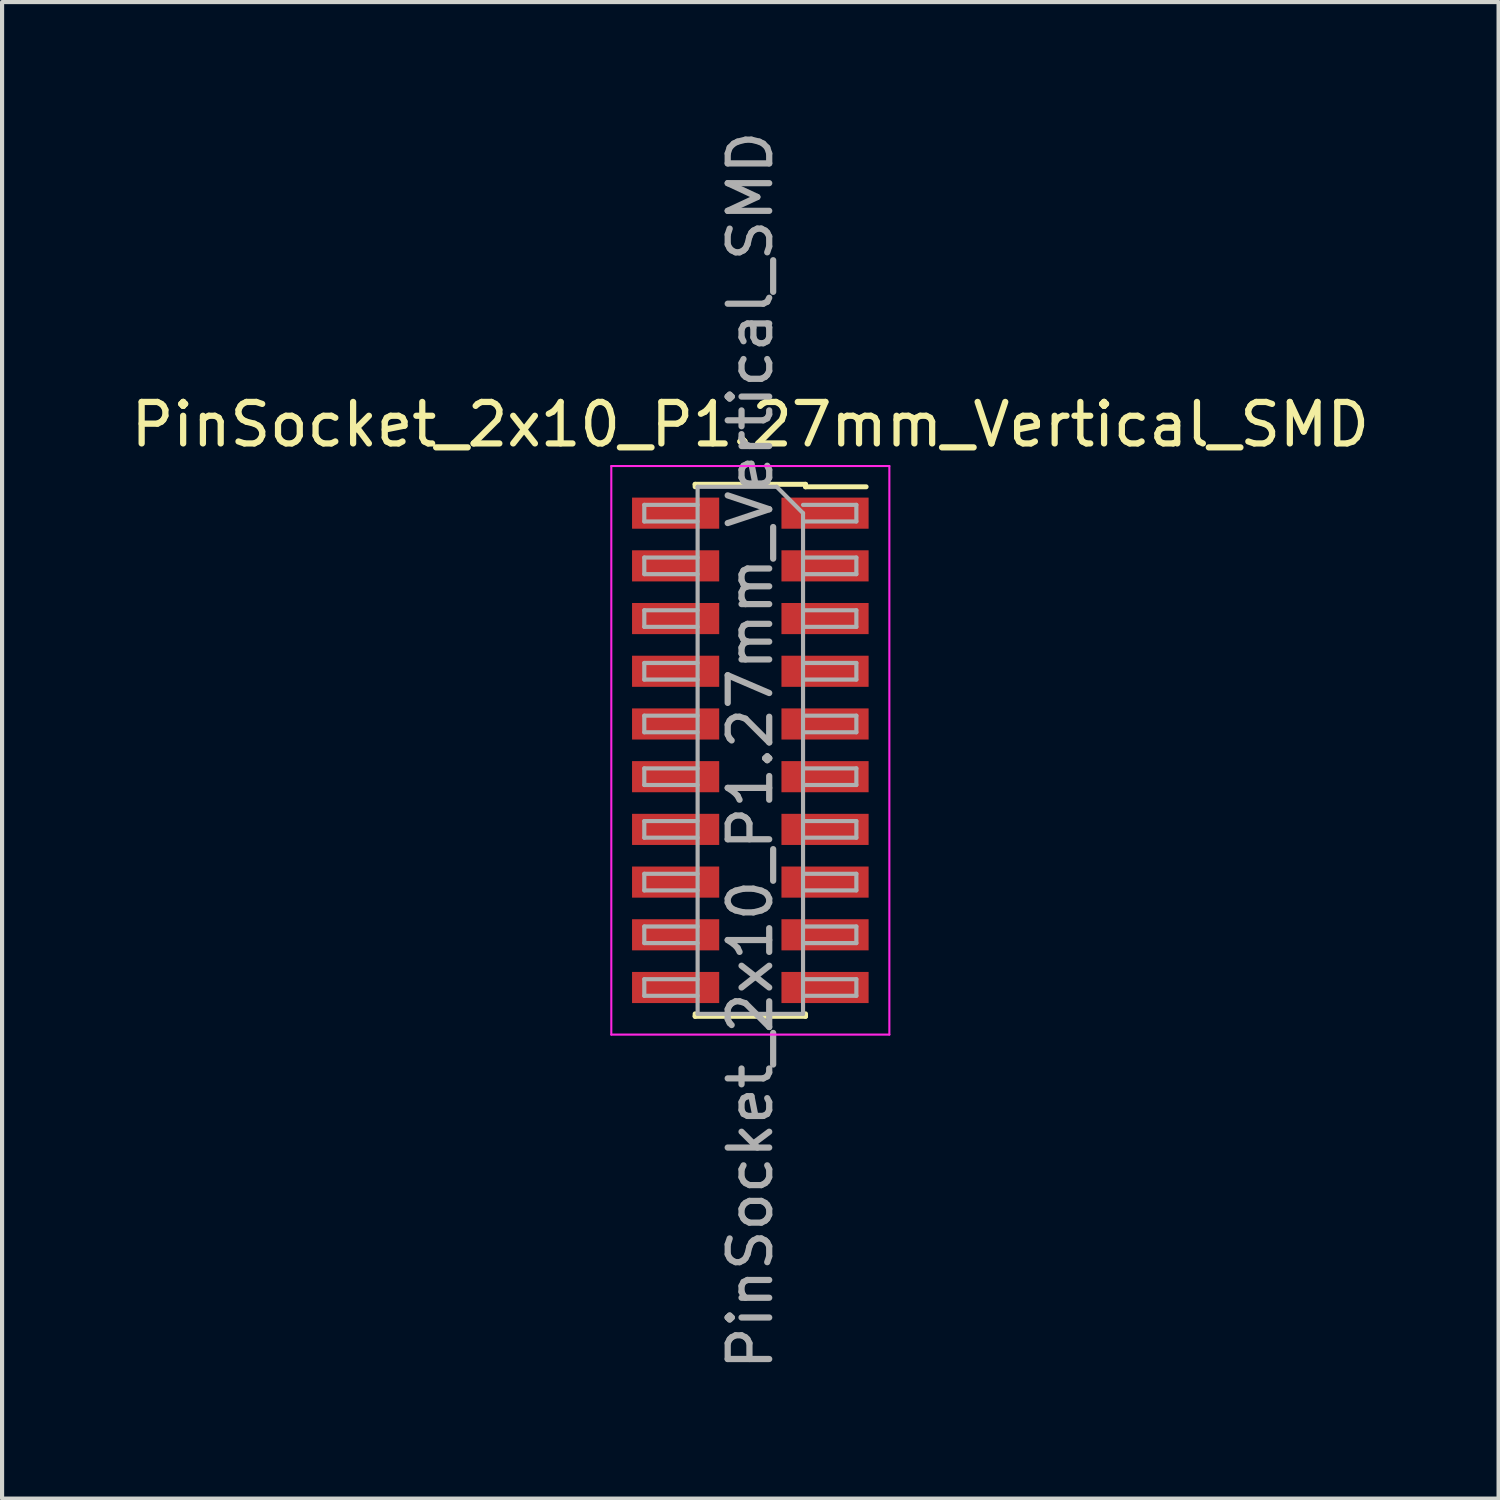
<source format=kicad_pcb>
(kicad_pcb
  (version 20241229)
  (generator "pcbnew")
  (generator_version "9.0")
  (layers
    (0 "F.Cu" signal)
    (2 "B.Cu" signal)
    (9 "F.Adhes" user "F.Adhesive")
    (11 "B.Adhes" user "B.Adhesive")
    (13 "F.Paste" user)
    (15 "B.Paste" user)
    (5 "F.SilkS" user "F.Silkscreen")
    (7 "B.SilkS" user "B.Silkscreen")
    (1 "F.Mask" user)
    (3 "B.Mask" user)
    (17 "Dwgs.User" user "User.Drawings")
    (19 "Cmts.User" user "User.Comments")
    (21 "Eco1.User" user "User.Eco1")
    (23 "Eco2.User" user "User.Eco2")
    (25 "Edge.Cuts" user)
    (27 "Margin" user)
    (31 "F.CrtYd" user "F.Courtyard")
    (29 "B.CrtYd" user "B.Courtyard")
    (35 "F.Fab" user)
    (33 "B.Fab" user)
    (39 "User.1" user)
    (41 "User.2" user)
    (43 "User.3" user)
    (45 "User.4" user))
  (footprint "PinSocket_2x10_P1.27mm_Vertical_SMD"
    (layer "F.Cu")
    (at 15.03 15.03)
    (property "Reference" "PinSocket_2x10_P1.27mm_Vertical_SMD" (at 0 -7.85 0) (layer "F.SilkS") (effects (font (size 1 1) (thickness 0.15))))
    (attr smd)
    (fp_line (start -1.33 -6.41) (end -1.33 -6.35) (stroke (width 0.12) (type solid)) (layer "F.SilkS"))
    (fp_line (start -1.33 -6.41) (end 1.33 -6.41) (stroke (width 0.12) (type solid)) (layer "F.SilkS"))
    (fp_line (start -1.33 6.35) (end -1.33 6.41) (stroke (width 0.12) (type solid)) (layer "F.SilkS"))
    (fp_line (start -1.33 6.41) (end 1.33 6.41) (stroke (width 0.12) (type solid)) (layer "F.SilkS"))
    (fp_line (start 1.33 -6.41) (end 1.33 -6.35) (stroke (width 0.12) (type solid)) (layer "F.SilkS"))
    (fp_line (start 1.33 -6.35) (end 2.79 -6.35) (stroke (width 0.12) (type solid)) (layer "F.SilkS"))
    (fp_line (start 1.33 6.35) (end 1.33 6.41) (stroke (width 0.12) (type solid)) (layer "F.SilkS"))
    (fp_line (start -3.35 -6.85) (end 3.35 -6.85) (stroke (width 0.05) (type solid)) (layer "F.CrtYd"))
    (fp_line (start -3.35 6.85) (end -3.35 -6.85) (stroke (width 0.05) (type solid)) (layer "F.CrtYd"))
    (fp_line (start 3.35 -6.85) (end 3.35 6.85) (stroke (width 0.05) (type solid)) (layer "F.CrtYd"))
    (fp_line (start 3.35 6.85) (end -3.35 6.85) (stroke (width 0.05) (type solid)) (layer "F.CrtYd"))
    (fp_line (start -2.555 -5.915) (end -1.27 -5.915) (stroke (width 0.1) (type solid)) (layer "F.Fab"))
    (fp_line (start -2.555 -5.515) (end -2.555 -5.915) (stroke (width 0.1) (type solid)) (layer "F.Fab"))
    (fp_line (start -2.555 -4.645) (end -1.27 -4.645) (stroke (width 0.1) (type solid)) (layer "F.Fab"))
    (fp_line (start -2.555 -4.245) (end -2.555 -4.645) (stroke (width 0.1) (type solid)) (layer "F.Fab"))
    (fp_line (start -2.555 -3.375) (end -1.27 -3.375) (stroke (width 0.1) (type solid)) (layer "F.Fab"))
    (fp_line (start -2.555 -2.975) (end -2.555 -3.375) (stroke (width 0.1) (type solid)) (layer "F.Fab"))
    (fp_line (start -2.555 -2.105) (end -1.27 -2.105) (stroke (width 0.1) (type solid)) (layer "F.Fab"))
    (fp_line (start -2.555 -1.705) (end -2.555 -2.105) (stroke (width 0.1) (type solid)) (layer "F.Fab"))
    (fp_line (start -2.555 -0.835) (end -1.27 -0.835) (stroke (width 0.1) (type solid)) (layer "F.Fab"))
    (fp_line (start -2.555 -0.435) (end -2.555 -0.835) (stroke (width 0.1) (type solid)) (layer "F.Fab"))
    (fp_line (start -2.555 0.435) (end -1.27 0.435) (stroke (width 0.1) (type solid)) (layer "F.Fab"))
    (fp_line (start -2.555 0.835) (end -2.555 0.435) (stroke (width 0.1) (type solid)) (layer "F.Fab"))
    (fp_line (start -2.555 1.705) (end -1.27 1.705) (stroke (width 0.1) (type solid)) (layer "F.Fab"))
    (fp_line (start -2.555 2.105) (end -2.555 1.705) (stroke (width 0.1) (type solid)) (layer "F.Fab"))
    (fp_line (start -2.555 2.975) (end -1.27 2.975) (stroke (width 0.1) (type solid)) (layer "F.Fab"))
    (fp_line (start -2.555 3.375) (end -2.555 2.975) (stroke (width 0.1) (type solid)) (layer "F.Fab"))
    (fp_line (start -2.555 4.245) (end -1.27 4.245) (stroke (width 0.1) (type solid)) (layer "F.Fab"))
    (fp_line (start -2.555 4.645) (end -2.555 4.245) (stroke (width 0.1) (type solid)) (layer "F.Fab"))
    (fp_line (start -2.555 5.515) (end -1.27 5.515) (stroke (width 0.1) (type solid)) (layer "F.Fab"))
    (fp_line (start -2.555 5.915) (end -2.555 5.515) (stroke (width 0.1) (type solid)) (layer "F.Fab"))
    (fp_line (start -1.27 -6.35) (end 0.635 -6.35) (stroke (width 0.1) (type solid)) (layer "F.Fab"))
    (fp_line (start -1.27 -5.515) (end -2.555 -5.515) (stroke (width 0.1) (type solid)) (layer "F.Fab"))
    (fp_line (start -1.27 -4.245) (end -2.555 -4.245) (stroke (width 0.1) (type solid)) (layer "F.Fab"))
    (fp_line (start -1.27 -2.975) (end -2.555 -2.975) (stroke (width 0.1) (type solid)) (layer "F.Fab"))
    (fp_line (start -1.27 -1.705) (end -2.555 -1.705) (stroke (width 0.1) (type solid)) (layer "F.Fab"))
    (fp_line (start -1.27 -0.435) (end -2.555 -0.435) (stroke (width 0.1) (type solid)) (layer "F.Fab"))
    (fp_line (start -1.27 0.835) (end -2.555 0.835) (stroke (width 0.1) (type solid)) (layer "F.Fab"))
    (fp_line (start -1.27 2.105) (end -2.555 2.105) (stroke (width 0.1) (type solid)) (layer "F.Fab"))
    (fp_line (start -1.27 3.375) (end -2.555 3.375) (stroke (width 0.1) (type solid)) (layer "F.Fab"))
    (fp_line (start -1.27 4.645) (end -2.555 4.645) (stroke (width 0.1) (type solid)) (layer "F.Fab"))
    (fp_line (start -1.27 5.915) (end -2.555 5.915) (stroke (width 0.1) (type solid)) (layer "F.Fab"))
    (fp_line (start -1.27 6.35) (end -1.27 -6.35) (stroke (width 0.1) (type solid)) (layer "F.Fab"))
    (fp_line (start 0.635 -6.35) (end 1.27 -5.715) (stroke (width 0.1) (type solid)) (layer "F.Fab"))
    (fp_line (start 1.27 -5.915) (end 2.555 -5.915) (stroke (width 0.1) (type solid)) (layer "F.Fab"))
    (fp_line (start 1.27 -5.715) (end 1.27 6.35) (stroke (width 0.1) (type solid)) (layer "F.Fab"))
    (fp_line (start 1.27 -4.645) (end 2.555 -4.645) (stroke (width 0.1) (type solid)) (layer "F.Fab"))
    (fp_line (start 1.27 -3.375) (end 2.555 -3.375) (stroke (width 0.1) (type solid)) (layer "F.Fab"))
    (fp_line (start 1.27 -2.105) (end 2.555 -2.105) (stroke (width 0.1) (type solid)) (layer "F.Fab"))
    (fp_line (start 1.27 -0.835) (end 2.555 -0.835) (stroke (width 0.1) (type solid)) (layer "F.Fab"))
    (fp_line (start 1.27 0.435) (end 2.555 0.435) (stroke (width 0.1) (type solid)) (layer "F.Fab"))
    (fp_line (start 1.27 1.705) (end 2.555 1.705) (stroke (width 0.1) (type solid)) (layer "F.Fab"))
    (fp_line (start 1.27 2.975) (end 2.555 2.975) (stroke (width 0.1) (type solid)) (layer "F.Fab"))
    (fp_line (start 1.27 4.245) (end 2.555 4.245) (stroke (width 0.1) (type solid)) (layer "F.Fab"))
    (fp_line (start 1.27 5.515) (end 2.555 5.515) (stroke (width 0.1) (type solid)) (layer "F.Fab"))
    (fp_line (start 1.27 6.35) (end -1.27 6.35) (stroke (width 0.1) (type solid)) (layer "F.Fab"))
    (fp_line (start 2.555 -5.915) (end 2.555 -5.515) (stroke (width 0.1) (type solid)) (layer "F.Fab"))
    (fp_line (start 2.555 -5.515) (end 1.27 -5.515) (stroke (width 0.1) (type solid)) (layer "F.Fab"))
    (fp_line (start 2.555 -4.645) (end 2.555 -4.245) (stroke (width 0.1) (type solid)) (layer "F.Fab"))
    (fp_line (start 2.555 -4.245) (end 1.27 -4.245) (stroke (width 0.1) (type solid)) (layer "F.Fab"))
    (fp_line (start 2.555 -3.375) (end 2.555 -2.975) (stroke (width 0.1) (type solid)) (layer "F.Fab"))
    (fp_line (start 2.555 -2.975) (end 1.27 -2.975) (stroke (width 0.1) (type solid)) (layer "F.Fab"))
    (fp_line (start 2.555 -2.105) (end 2.555 -1.705) (stroke (width 0.1) (type solid)) (layer "F.Fab"))
    (fp_line (start 2.555 -1.705) (end 1.27 -1.705) (stroke (width 0.1) (type solid)) (layer "F.Fab"))
    (fp_line (start 2.555 -0.835) (end 2.555 -0.435) (stroke (width 0.1) (type solid)) (layer "F.Fab"))
    (fp_line (start 2.555 -0.435) (end 1.27 -0.435) (stroke (width 0.1) (type solid)) (layer "F.Fab"))
    (fp_line (start 2.555 0.435) (end 2.555 0.835) (stroke (width 0.1) (type solid)) (layer "F.Fab"))
    (fp_line (start 2.555 0.835) (end 1.27 0.835) (stroke (width 0.1) (type solid)) (layer "F.Fab"))
    (fp_line (start 2.555 1.705) (end 2.555 2.105) (stroke (width 0.1) (type solid)) (layer "F.Fab"))
    (fp_line (start 2.555 2.105) (end 1.27 2.105) (stroke (width 0.1) (type solid)) (layer "F.Fab"))
    (fp_line (start 2.555 2.975) (end 2.555 3.375) (stroke (width 0.1) (type solid)) (layer "F.Fab"))
    (fp_line (start 2.555 3.375) (end 1.27 3.375) (stroke (width 0.1) (type solid)) (layer "F.Fab"))
    (fp_line (start 2.555 4.245) (end 2.555 4.645) (stroke (width 0.1) (type solid)) (layer "F.Fab"))
    (fp_line (start 2.555 4.645) (end 1.27 4.645) (stroke (width 0.1) (type solid)) (layer "F.Fab"))
    (fp_line (start 2.555 5.515) (end 2.555 5.915) (stroke (width 0.1) (type solid)) (layer "F.Fab"))
    (fp_line (start 2.555 5.915) (end 1.27 5.915) (stroke (width 0.1) (type solid)) (layer "F.Fab"))
    (fp_text user "${REFERENCE}" (at 0 0 90) (layer "F.Fab") (effects (font (size 1 1) (thickness 0.15))))
    (pad "1" smd rect (at 1.8 -5.715) (size 2.1 0.75) (layers "F.Cu" "F.Mask" "F.Paste"))
    (pad "2" smd rect (at -1.8 -5.715) (size 2.1 0.75) (layers "F.Cu" "F.Mask" "F.Paste"))
    (pad "3" smd rect (at 1.8 -4.445) (size 2.1 0.75) (layers "F.Cu" "F.Mask" "F.Paste"))
    (pad "4" smd rect (at -1.8 -4.445) (size 2.1 0.75) (layers "F.Cu" "F.Mask" "F.Paste"))
    (pad "5" smd rect (at 1.8 -3.175) (size 2.1 0.75) (layers "F.Cu" "F.Mask" "F.Paste"))
    (pad "6" smd rect (at -1.8 -3.175) (size 2.1 0.75) (layers "F.Cu" "F.Mask" "F.Paste"))
    (pad "7" smd rect (at 1.8 -1.905) (size 2.1 0.75) (layers "F.Cu" "F.Mask" "F.Paste"))
    (pad "8" smd rect (at -1.8 -1.905) (size 2.1 0.75) (layers "F.Cu" "F.Mask" "F.Paste"))
    (pad "9" smd rect (at 1.8 -0.635) (size 2.1 0.75) (layers "F.Cu" "F.Mask" "F.Paste"))
    (pad "10" smd rect (at -1.8 -0.635) (size 2.1 0.75) (layers "F.Cu" "F.Mask" "F.Paste"))
    (pad "11" smd rect (at 1.8 0.635) (size 2.1 0.75) (layers "F.Cu" "F.Mask" "F.Paste"))
    (pad "12" smd rect (at -1.8 0.635) (size 2.1 0.75) (layers "F.Cu" "F.Mask" "F.Paste"))
    (pad "13" smd rect (at 1.8 1.905) (size 2.1 0.75) (layers "F.Cu" "F.Mask" "F.Paste"))
    (pad "14" smd rect (at -1.8 1.905) (size 2.1 0.75) (layers "F.Cu" "F.Mask" "F.Paste"))
    (pad "15" smd rect (at 1.8 3.175) (size 2.1 0.75) (layers "F.Cu" "F.Mask" "F.Paste"))
    (pad "16" smd rect (at -1.8 3.175) (size 2.1 0.75) (layers "F.Cu" "F.Mask" "F.Paste"))
    (pad "17" smd rect (at 1.8 4.445) (size 2.1 0.75) (layers "F.Cu" "F.Mask" "F.Paste"))
    (pad "18" smd rect (at -1.8 4.445) (size 2.1 0.75) (layers "F.Cu" "F.Mask" "F.Paste"))
    (pad "19" smd rect (at 1.8 5.715) (size 2.1 0.75) (layers "F.Cu" "F.Mask" "F.Paste"))
    (pad "20" smd rect (at -1.8 5.715) (size 2.1 0.75) (layers "F.Cu" "F.Mask" "F.Paste")))
  (gr_rect
    (start -3 -3)
    (end 33.06 33.06)
    (stroke (width 0.1) (type default))
    (fill no)
    (layer "Edge.Cuts")))
</source>
